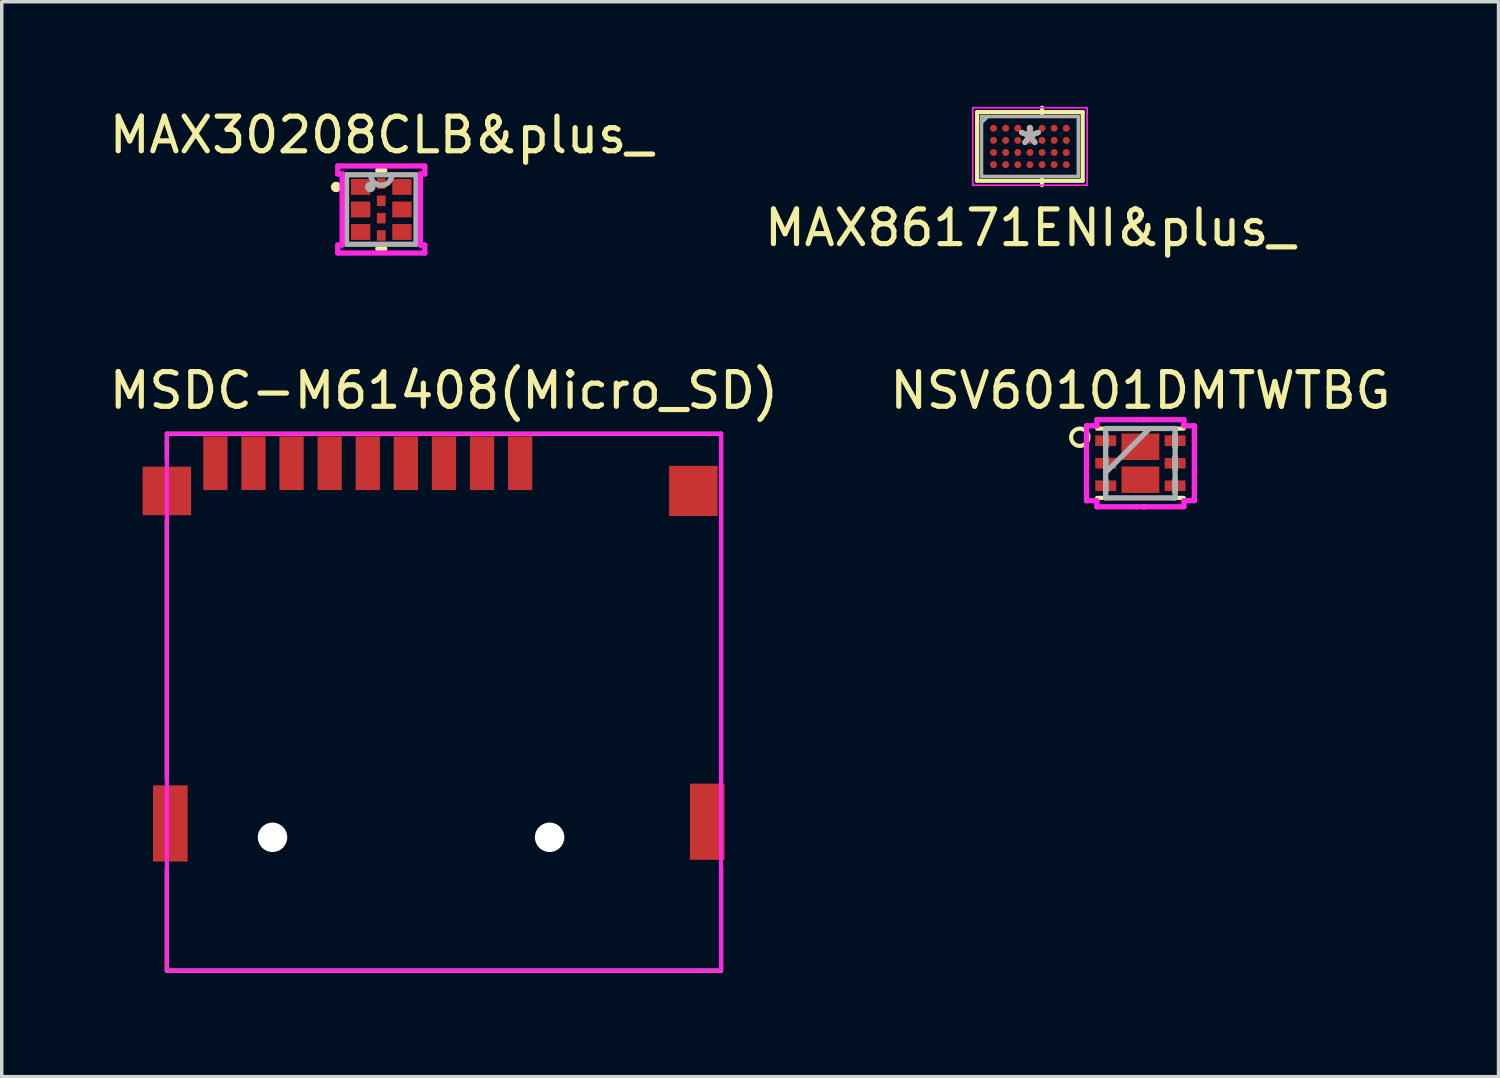
<source format=kicad_pcb>
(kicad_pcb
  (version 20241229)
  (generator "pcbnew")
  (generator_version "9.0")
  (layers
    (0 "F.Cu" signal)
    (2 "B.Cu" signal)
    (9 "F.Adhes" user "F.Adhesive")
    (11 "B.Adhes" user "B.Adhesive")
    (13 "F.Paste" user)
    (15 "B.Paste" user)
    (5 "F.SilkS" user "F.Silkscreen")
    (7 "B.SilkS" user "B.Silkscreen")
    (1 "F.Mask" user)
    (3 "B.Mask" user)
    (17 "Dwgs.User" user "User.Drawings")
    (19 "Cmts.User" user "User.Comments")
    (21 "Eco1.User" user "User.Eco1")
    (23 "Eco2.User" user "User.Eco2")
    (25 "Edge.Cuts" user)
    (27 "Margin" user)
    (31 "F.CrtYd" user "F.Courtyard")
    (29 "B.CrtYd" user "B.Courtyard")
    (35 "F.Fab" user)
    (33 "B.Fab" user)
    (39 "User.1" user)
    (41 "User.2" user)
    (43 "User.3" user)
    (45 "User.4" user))
  (footprint "NSV60101DMTWTBG"
    (layer "F.Cu")
    (at 29.875 10.324)
    (property "Reference" "NSV60101DMTWTBG" (at 0 -2.1 0) (layer "F.SilkS") (effects (font (size 1 1) (thickness 0.15))))
    (attr through_hole)
    (fp_line (start -1.25 -1) (end 1.25 -1) (stroke (width 0.12) (type solid)) (layer "F.SilkS"))
    (fp_line (start 1.25 1) (end -1.25 1) (stroke (width 0.12) (type solid)) (layer "F.SilkS"))
    (fp_circle (center -1.75 -0.75) (end -1.5 -0.75) (stroke (width 0.12) (type solid)) (fill no) (layer "F.SilkS"))
    (fp_line (start -1.557 -1.082) (end -1.257 -1.082) (stroke (width 0.152) (type solid)) (layer "F.CrtYd"))
    (fp_line (start -1.557 1.082) (end -1.557 -1.082) (stroke (width 0.152) (type solid)) (layer "F.CrtYd"))
    (fp_line (start -1.257 -1.257) (end -0.107 -1.257) (stroke (width 0.152) (type solid)) (layer "F.CrtYd"))
    (fp_line (start -1.257 -1.082) (end -1.257 -1.257) (stroke (width 0.152) (type solid)) (layer "F.CrtYd"))
    (fp_line (start -1.257 1.082) (end -1.557 1.082) (stroke (width 0.152) (type solid)) (layer "F.CrtYd"))
    (fp_line (start -1.257 1.257) (end -1.257 1.082) (stroke (width 0.152) (type solid)) (layer "F.CrtYd"))
    (fp_line (start -0.107 -1.257) (end -0.107 -1.257) (stroke (width 0.152) (type solid)) (layer "F.CrtYd"))
    (fp_line (start -0.107 -1.257) (end 0.107 -1.257) (stroke (width 0.152) (type solid)) (layer "F.CrtYd"))
    (fp_line (start -0.107 1.257) (end -1.257 1.257) (stroke (width 0.152) (type solid)) (layer "F.CrtYd"))
    (fp_line (start -0.107 1.257) (end -0.107 1.257) (stroke (width 0.152) (type solid)) (layer "F.CrtYd"))
    (fp_line (start 0.107 -1.257) (end 0.107 -1.257) (stroke (width 0.152) (type solid)) (layer "F.CrtYd"))
    (fp_line (start 0.107 -1.257) (end 1.257 -1.257) (stroke (width 0.152) (type solid)) (layer "F.CrtYd"))
    (fp_line (start 0.107 1.257) (end -0.107 1.257) (stroke (width 0.152) (type solid)) (layer "F.CrtYd"))
    (fp_line (start 0.107 1.257) (end 0.107 1.257) (stroke (width 0.152) (type solid)) (layer "F.CrtYd"))
    (fp_line (start 1.257 -1.257) (end 1.257 -1.082) (stroke (width 0.152) (type solid)) (layer "F.CrtYd"))
    (fp_line (start 1.257 -1.082) (end 1.557 -1.082) (stroke (width 0.152) (type solid)) (layer "F.CrtYd"))
    (fp_line (start 1.257 1.082) (end 1.257 1.257) (stroke (width 0.152) (type solid)) (layer "F.CrtYd"))
    (fp_line (start 1.257 1.257) (end 0.107 1.257) (stroke (width 0.152) (type solid)) (layer "F.CrtYd"))
    (fp_line (start 1.557 -1.082) (end 1.557 1.082) (stroke (width 0.152) (type solid)) (layer "F.CrtYd"))
    (fp_line (start 1.557 1.082) (end 1.257 1.082) (stroke (width 0.152) (type solid)) (layer "F.CrtYd"))
    (fp_line (start -1.003 -1.003) (end -1.003 1.003) (stroke (width 0.152) (type solid)) (layer "F.Fab"))
    (fp_line (start -1.003 -0.828) (end -1.003 -0.828) (stroke (width 0.152) (type solid)) (layer "F.Fab"))
    (fp_line (start -1.003 -0.828) (end -1.003 -0.472) (stroke (width 0.152) (type solid)) (layer "F.Fab"))
    (fp_line (start -1.003 -0.472) (end -1.003 -0.828) (stroke (width 0.152) (type solid)) (layer "F.Fab"))
    (fp_line (start -1.003 -0.472) (end -1.003 -0.472) (stroke (width 0.152) (type solid)) (layer "F.Fab"))
    (fp_line (start -1.003 -0.178) (end -1.003 -0.178) (stroke (width 0.152) (type solid)) (layer "F.Fab"))
    (fp_line (start -1.003 -0.178) (end -1.003 0.178) (stroke (width 0.152) (type solid)) (layer "F.Fab"))
    (fp_line (start -1.003 0.178) (end -1.003 -0.178) (stroke (width 0.152) (type solid)) (layer "F.Fab"))
    (fp_line (start -1.003 0.178) (end -1.003 0.178) (stroke (width 0.152) (type solid)) (layer "F.Fab"))
    (fp_line (start -1.003 0.267) (end 0.267 -1.003) (stroke (width 0.152) (type solid)) (layer "F.Fab"))
    (fp_line (start -1.003 0.472) (end -1.003 0.472) (stroke (width 0.152) (type solid)) (layer "F.Fab"))
    (fp_line (start -1.003 0.472) (end -1.003 0.828) (stroke (width 0.152) (type solid)) (layer "F.Fab"))
    (fp_line (start -1.003 0.828) (end -1.003 0.472) (stroke (width 0.152) (type solid)) (layer "F.Fab"))
    (fp_line (start -1.003 0.828) (end -1.003 0.828) (stroke (width 0.152) (type solid)) (layer "F.Fab"))
    (fp_line (start -1.003 1.003) (end 1.003 1.003) (stroke (width 0.152) (type solid)) (layer "F.Fab"))
    (fp_line (start 1.003 -1.003) (end -1.003 -1.003) (stroke (width 0.152) (type solid)) (layer "F.Fab"))
    (fp_line (start 1.003 -0.828) (end 1.003 -0.828) (stroke (width 0.152) (type solid)) (layer "F.Fab"))
    (fp_line (start 1.003 -0.828) (end 1.003 -0.472) (stroke (width 0.152) (type solid)) (layer "F.Fab"))
    (fp_line (start 1.003 -0.472) (end 1.003 -0.828) (stroke (width 0.152) (type solid)) (layer "F.Fab"))
    (fp_line (start 1.003 -0.472) (end 1.003 -0.472) (stroke (width 0.152) (type solid)) (layer "F.Fab"))
    (fp_line (start 1.003 -0.178) (end 1.003 -0.178) (stroke (width 0.152) (type solid)) (layer "F.Fab"))
    (fp_line (start 1.003 -0.178) (end 1.003 0.178) (stroke (width 0.152) (type solid)) (layer "F.Fab"))
    (fp_line (start 1.003 0.178) (end 1.003 -0.178) (stroke (width 0.152) (type solid)) (layer "F.Fab"))
    (fp_line (start 1.003 0.178) (end 1.003 0.178) (stroke (width 0.152) (type solid)) (layer "F.Fab"))
    (fp_line (start 1.003 0.472) (end 1.003 0.472) (stroke (width 0.152) (type solid)) (layer "F.Fab"))
    (fp_line (start 1.003 0.472) (end 1.003 0.828) (stroke (width 0.152) (type solid)) (layer "F.Fab"))
    (fp_line (start 1.003 0.828) (end 1.003 0.472) (stroke (width 0.152) (type solid)) (layer "F.Fab"))
    (fp_line (start 1.003 0.828) (end 1.003 0.828) (stroke (width 0.152) (type solid)) (layer "F.Fab"))
    (fp_line (start 1.003 1.003) (end 1.003 -1.003) (stroke (width 0.152) (type solid)) (layer "F.Fab"))
    (pad "1" smd rect (at -1.001 -0.65 90) (size 0.306 0.605) (layers "F.Cu" "F.Mask" "F.Paste"))
    (pad "2" smd rect (at -1.001 0 90) (size 0.306 0.605) (layers "F.Cu" "F.Mask" "F.Paste"))
    (pad "3" smd rect (at -1.001 0.65 90) (size 0.306 0.605) (layers "F.Cu" "F.Mask" "F.Paste"))
    (pad "4" smd rect (at 1.001 0.65 90) (size 0.306 0.605) (layers "F.Cu" "F.Mask" "F.Paste"))
    (pad "5" smd rect (at 1.001 0 90) (size 0.306 0.605) (layers "F.Cu" "F.Mask" "F.Paste"))
    (pad "6" smd rect (at 1.001 -0.65 90) (size 0.306 0.605) (layers "F.Cu" "F.Mask" "F.Paste"))
    (pad "7" smd rect (at 0 -0.475) (size 1.092 0.762) (layers "F.Cu" "F.Mask" "F.Paste"))
    (pad "8" smd rect (at 0 0.475) (size 1.092 0.762) (layers "F.Cu" "F.Mask" "F.Paste")))
  (footprint "MSDC-M61408(Micro_SD)"
    (layer "F.Cu")
    (at 9.768 17.274)
    (property "Reference" "MSDC-M61408(Micro_SD)" (at 0 -9.05 0) (layer "F.SilkS") (effects (font (size 1 1) (thickness 0.15))))
    (attr through_hole)
    (fp_line (start -8 -7.8) (end -8 -7) (stroke (width 0.12) (type solid)) (layer "F.SilkS"))
    (fp_line (start -8 -5.3) (end -8 2.2) (stroke (width 0.12) (type solid)) (layer "F.SilkS"))
    (fp_line (start -8 4.7) (end -8 7.7) (stroke (width 0.12) (type solid)) (layer "F.SilkS"))
    (fp_line (start -8 7.7) (end 8 7.7) (stroke (width 0.12) (type solid)) (layer "F.SilkS"))
    (fp_line (start 8 -7.8) (end -8 -7.8) (stroke (width 0.12) (type solid)) (layer "F.SilkS"))
    (fp_line (start 8 2.2) (end 8 -7.8) (stroke (width 0.12) (type solid)) (layer "F.SilkS"))
    (fp_line (start 8 7.7) (end 8 4.7) (stroke (width 0.12) (type solid)) (layer "F.SilkS"))
    (fp_line (start -8 -7.8) (end 8 -7.8) (stroke (width 0.12) (type solid)) (layer "F.CrtYd"))
    (fp_line (start -8 7.7) (end -8 -7.8) (stroke (width 0.12) (type solid)) (layer "F.CrtYd"))
    (fp_line (start 8 -7.8) (end 8 7.7) (stroke (width 0.12) (type solid)) (layer "F.CrtYd"))
    (fp_line (start 8 7.7) (end -8 7.7) (stroke (width 0.12) (type solid)) (layer "F.CrtYd"))
    (pad "" np_thru_hole circle (at -4.95 3.85) (size 0.85 0.85) (drill 0.85) (layers "*.Cu" "*.Mask"))
    (pad "" np_thru_hole circle (at 3.05 3.85) (size 0.85 0.85) (drill 0.85) (layers "*.Cu" "*.Mask"))
    (pad "1" smd rect (at 2.2 -6.95) (size 0.7 1.55) (layers "F.Cu" "F.Mask" "F.Paste"))
    (pad "2" smd rect (at 1.1 -6.95) (size 0.7 1.55) (layers "F.Cu" "F.Mask" "F.Paste"))
    (pad "3" smd rect (at 0 -6.95) (size 0.7 1.55) (layers "F.Cu" "F.Mask" "F.Paste"))
    (pad "4" smd rect (at -1.1 -6.95) (size 0.7 1.55) (layers "F.Cu" "F.Mask" "F.Paste"))
    (pad "5" smd rect (at -2.2 -6.95) (size 0.7 1.55) (layers "F.Cu" "F.Mask" "F.Paste"))
    (pad "6" smd rect (at -3.3 -6.95) (size 0.7 1.55) (layers "F.Cu" "F.Mask" "F.Paste"))
    (pad "7" smd rect (at -4.4 -6.95) (size 0.7 1.55) (layers "F.Cu" "F.Mask" "F.Paste"))
    (pad "8" smd rect (at -5.5 -6.95) (size 0.7 1.55) (layers "F.Cu" "F.Mask" "F.Paste"))
    (pad "9" smd rect (at -6.6 -6.95) (size 0.7 1.55) (layers "F.Cu" "F.Mask" "F.Paste"))
    (pad "PD" smd rect (at -8 -6.15) (size 1.4 1.4) (layers "F.Cu" "F.Mask" "F.Paste"))
    (pad "PD" smd rect (at -7.9 3.45) (size 1 2.2) (layers "F.Cu" "F.Mask" "F.Paste"))
    (pad "PD" smd rect (at 7.2 -6.15) (size 1.4 1.45) (layers "F.Cu" "F.Mask" "F.Paste"))
    (pad "PD" smd rect (at 7.6 3.4) (size 1 2.2) (layers "F.Cu" "F.Mask" "F.Paste")))
  (footprint "MAX30208CLB&plus_"
    (layer "F.Cu")
    (at 7.958 2.998)
    (property "Reference" "MAX30208CLB&plus_" (at 0 -2.15 0) (layer "F.SilkS") (effects (font (size 1 1) (thickness 0.15))))
    (attr through_hole)
    (fp_line (start -0.1 1.13) (end 0.1 1.13) (stroke (width 0.152) (type solid)) (layer "F.SilkS"))
    (fp_line (start 0.1 -1.13) (end -0.1 -1.13) (stroke (width 0.152) (type solid)) (layer "F.SilkS"))
    (fp_circle (center -1.303 -0.65) (end -1.227 -0.65) (stroke (width 0.152) (type solid)) (fill no) (layer "F.SilkS"))
    (fp_line (start -1.257 -1.257) (end 1.257 -1.257) (stroke (width 0.152) (type solid)) (layer "F.CrtYd"))
    (fp_line (start -1.257 -1.026) (end -1.257 -1.257) (stroke (width 0.152) (type solid)) (layer "F.CrtYd"))
    (fp_line (start -1.257 1.026) (end -1.13 1.026) (stroke (width 0.152) (type solid)) (layer "F.CrtYd"))
    (fp_line (start -1.257 1.257) (end -1.257 1.026) (stroke (width 0.152) (type solid)) (layer "F.CrtYd"))
    (fp_line (start -1.13 -1.026) (end -1.257 -1.026) (stroke (width 0.152) (type solid)) (layer "F.CrtYd"))
    (fp_line (start -1.13 1.026) (end -1.13 -1.026) (stroke (width 0.152) (type solid)) (layer "F.CrtYd"))
    (fp_line (start 1.13 -1.026) (end 1.13 1.026) (stroke (width 0.152) (type solid)) (layer "F.CrtYd"))
    (fp_line (start 1.13 1.026) (end 1.257 1.026) (stroke (width 0.152) (type solid)) (layer "F.CrtYd"))
    (fp_line (start 1.257 -1.257) (end 1.257 -1.026) (stroke (width 0.152) (type solid)) (layer "F.CrtYd"))
    (fp_line (start 1.257 -1.026) (end 1.13 -1.026) (stroke (width 0.152) (type solid)) (layer "F.CrtYd"))
    (fp_line (start 1.257 1.026) (end 1.257 1.257) (stroke (width 0.152) (type solid)) (layer "F.CrtYd"))
    (fp_line (start 1.257 1.257) (end -1.257 1.257) (stroke (width 0.152) (type solid)) (layer "F.CrtYd"))
    (fp_line (start -1.003 -1.003) (end -1.003 1.003) (stroke (width 0.152) (type solid)) (layer "F.Fab"))
    (fp_line (start -1.003 1.003) (end 1.003 1.003) (stroke (width 0.152) (type solid)) (layer "F.Fab"))
    (fp_line (start 1.003 -1.003) (end -1.003 -1.003) (stroke (width 0.152) (type solid)) (layer "F.Fab"))
    (fp_line (start 1.003 1.003) (end 1.003 -1.003) (stroke (width 0.152) (type solid)) (layer "F.Fab"))
    (fp_arc (start 0.3048 -1.0033) (mid 0 -0.6985) (end -0.3048 -1.0033) (stroke (width 0.1524) (type solid)) (layer "F.Fab"))
    (fp_circle (center -0.318 -0.65) (end -0.241 -0.65) (stroke (width 0.152) (type solid)) (fill no) (layer "F.Fab"))
    (pad "1" smd rect (at -0.597 -0.65) (size 0.559 0.457) (layers "F.Cu" "F.Mask" "F.Paste"))
    (pad "2" smd rect (at -0.597 0) (size 0.559 0.457) (layers "F.Cu" "F.Mask" "F.Paste"))
    (pad "3" smd rect (at -0.597 0.65) (size 0.559 0.457) (layers "F.Cu" "F.Mask" "F.Paste"))
    (pad "4" smd rect (at 0.597 0.65) (size 0.559 0.457) (layers "F.Cu" "F.Mask" "F.Paste"))
    (pad "5" smd rect (at 0.597 0) (size 0.559 0.457) (layers "F.Cu" "F.Mask" "F.Paste"))
    (pad "6" smd rect (at 0.597 -0.65) (size 0.559 0.457) (layers "F.Cu" "F.Mask" "F.Paste"))
    (pad "7" smd rect (at 0 -0.75) (size 0.254 0.305) (layers "F.Cu" "F.Mask" "F.Paste"))
    (pad "8" smd rect (at 0 -0.25) (size 0.254 0.305) (layers "F.Cu" "F.Mask" "F.Paste"))
    (pad "9" smd rect (at 0 0.25) (size 0.254 0.305) (layers "F.Cu" "F.Mask" "F.Paste"))
    (pad "10" smd rect (at 0 0.75) (size 0.254 0.305) (layers "F.Cu" "F.Mask" "F.Paste")))
  (footprint "MAX86171ENI&plus_"
    (layer "F.Cu")
    (at 26.685 1.178)
    (property "Reference" "MAX86171ENI&plus_" (at 0 2.35 0) (layer "F.SilkS") (effects (font (size 1 1) (thickness 0.15))))
    (attr through_hole)
    (fp_line (start -1.524 -0.991) (end -1.524 0.991) (stroke (width 0.12) (type solid)) (layer "F.SilkS"))
    (fp_line (start -1.524 0.991) (end 1.524 0.991) (stroke (width 0.12) (type solid)) (layer "F.SilkS"))
    (fp_line (start 0.35 -0.959) (end 0.35 -1.118) (stroke (width 0.12) (type solid)) (layer "F.SilkS"))
    (fp_line (start 0.35 0.959) (end 0.35 1.118) (stroke (width 0.12) (type solid)) (layer "F.SilkS"))
    (fp_line (start 1.524 -0.991) (end -1.524 -0.991) (stroke (width 0.12) (type solid)) (layer "F.SilkS"))
    (fp_line (start 1.524 0.991) (end 1.524 -0.991) (stroke (width 0.12) (type solid)) (layer "F.SilkS"))
    (fp_line (start -1.651 -1.118) (end 1.651 -1.118) (stroke (width 0.05) (type solid)) (layer "F.CrtYd"))
    (fp_line (start -1.651 1.118) (end -1.651 -1.118) (stroke (width 0.05) (type solid)) (layer "F.CrtYd"))
    (fp_line (start 1.651 -1.118) (end 1.651 1.118) (stroke (width 0.05) (type solid)) (layer "F.CrtYd"))
    (fp_line (start 1.651 1.118) (end -1.651 1.118) (stroke (width 0.05) (type solid)) (layer "F.CrtYd"))
    (fp_line (start -1.397 -0.864) (end -1.397 0.864) (stroke (width 0.1) (type solid)) (layer "F.Fab"))
    (fp_line (start -1.397 0.864) (end 1.397 0.864) (stroke (width 0.1) (type solid)) (layer "F.Fab"))
    (fp_line (start -1.222 -0.864) (end -1.397 -0.689) (stroke (width 0.1) (type solid)) (layer "F.Fab"))
    (fp_line (start 1.397 -0.864) (end -1.397 -0.864) (stroke (width 0.1) (type solid)) (layer "F.Fab"))
    (fp_line (start 1.397 0.864) (end 1.397 -0.864) (stroke (width 0.1) (type solid)) (layer "F.Fab"))
    (fp_text user "*" (at 0 0 0) (layer "F.SilkS") (effects (font (size 1 1) (thickness 0.15))))
    (fp_text user "*" (at 0 0 0) (layer "F.Fab") (effects (font (size 1 1) (thickness 0.15))))
    (pad "A1" smd circle (at -1.05 -0.525) (size 0.203 0.203) (layers "F.Cu" "F.Mask" "F.Paste"))
    (pad "A2" smd circle (at -0.7 -0.525) (size 0.203 0.203) (layers "F.Cu" "F.Mask" "F.Paste"))
    (pad "A3" smd circle (at -0.35 -0.525) (size 0.203 0.203) (layers "F.Cu" "F.Mask" "F.Paste"))
    (pad "A4" smd circle (at 0 -0.525) (size 0.203 0.203) (layers "F.Cu" "F.Mask" "F.Paste"))
    (pad "A5" smd circle (at 0.35 -0.525) (size 0.203 0.203) (layers "F.Cu" "F.Mask" "F.Paste"))
    (pad "A6" smd circle (at 0.7 -0.525) (size 0.203 0.203) (layers "F.Cu" "F.Mask" "F.Paste"))
    (pad "A7" smd circle (at 1.05 -0.525) (size 0.203 0.203) (layers "F.Cu" "F.Mask" "F.Paste"))
    (pad "B1" smd circle (at -1.05 -0.175) (size 0.203 0.203) (layers "F.Cu" "F.Mask" "F.Paste"))
    (pad "B2" smd circle (at -0.7 -0.175) (size 0.203 0.203) (layers "F.Cu" "F.Mask" "F.Paste"))
    (pad "B3" smd circle (at -0.35 -0.175) (size 0.203 0.203) (layers "F.Cu" "F.Mask" "F.Paste"))
    (pad "B4" smd circle (at 0 -0.175) (size 0.203 0.203) (layers "F.Cu" "F.Mask" "F.Paste"))
    (pad "B5" smd circle (at 0.35 -0.175) (size 0.203 0.203) (layers "F.Cu" "F.Mask" "F.Paste"))
    (pad "B6" smd circle (at 0.7 -0.175) (size 0.203 0.203) (layers "F.Cu" "F.Mask" "F.Paste"))
    (pad "B7" smd circle (at 1.05 -0.175) (size 0.203 0.203) (layers "F.Cu" "F.Mask" "F.Paste"))
    (pad "C1" smd circle (at -1.05 0.175) (size 0.203 0.203) (layers "F.Cu" "F.Mask" "F.Paste"))
    (pad "C2" smd circle (at -0.7 0.175) (size 0.203 0.203) (layers "F.Cu" "F.Mask" "F.Paste"))
    (pad "C3" smd circle (at -0.35 0.175) (size 0.203 0.203) (layers "F.Cu" "F.Mask" "F.Paste"))
    (pad "C4" smd circle (at 0 0.175) (size 0.203 0.203) (layers "F.Cu" "F.Mask" "F.Paste"))
    (pad "C5" smd circle (at 0.35 0.175) (size 0.203 0.203) (layers "F.Cu" "F.Mask" "F.Paste"))
    (pad "C6" smd circle (at 0.7 0.175) (size 0.203 0.203) (layers "F.Cu" "F.Mask" "F.Paste"))
    (pad "C7" smd circle (at 1.05 0.175) (size 0.203 0.203) (layers "F.Cu" "F.Mask" "F.Paste"))
    (pad "D1" smd circle (at -1.05 0.525) (size 0.203 0.203) (layers "F.Cu" "F.Mask" "F.Paste"))
    (pad "D2" smd circle (at -0.7 0.525) (size 0.203 0.203) (layers "F.Cu" "F.Mask" "F.Paste"))
    (pad "D3" smd circle (at -0.35 0.525) (size 0.203 0.203) (layers "F.Cu" "F.Mask" "F.Paste"))
    (pad "D4" smd circle (at 0 0.525) (size 0.203 0.203) (layers "F.Cu" "F.Mask" "F.Paste"))
    (pad "D5" smd circle (at 0.35 0.525) (size 0.203 0.203) (layers "F.Cu" "F.Mask" "F.Paste"))
    (pad "D6" smd circle (at 0.7 0.525) (size 0.203 0.203) (layers "F.Cu" "F.Mask" "F.Paste"))
    (pad "D7" smd circle (at 1.05 0.525) (size 0.203 0.203) (layers "F.Cu" "F.Mask" "F.Paste")))
  (gr_rect
    (start -3 -3)
    (end 40.214 28.034)
    (stroke (width 0.1) (type default))
    (fill no)
    (layer "Edge.Cuts")))
</source>
